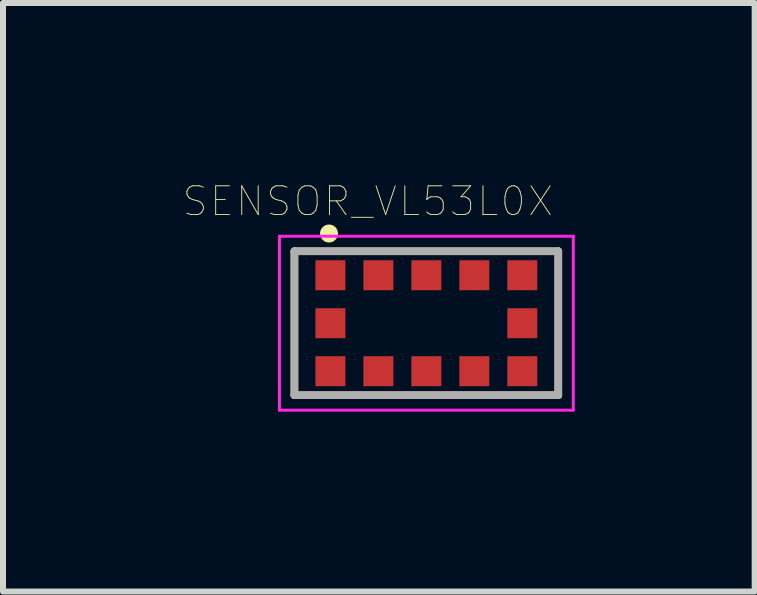
<source format=kicad_pcb>
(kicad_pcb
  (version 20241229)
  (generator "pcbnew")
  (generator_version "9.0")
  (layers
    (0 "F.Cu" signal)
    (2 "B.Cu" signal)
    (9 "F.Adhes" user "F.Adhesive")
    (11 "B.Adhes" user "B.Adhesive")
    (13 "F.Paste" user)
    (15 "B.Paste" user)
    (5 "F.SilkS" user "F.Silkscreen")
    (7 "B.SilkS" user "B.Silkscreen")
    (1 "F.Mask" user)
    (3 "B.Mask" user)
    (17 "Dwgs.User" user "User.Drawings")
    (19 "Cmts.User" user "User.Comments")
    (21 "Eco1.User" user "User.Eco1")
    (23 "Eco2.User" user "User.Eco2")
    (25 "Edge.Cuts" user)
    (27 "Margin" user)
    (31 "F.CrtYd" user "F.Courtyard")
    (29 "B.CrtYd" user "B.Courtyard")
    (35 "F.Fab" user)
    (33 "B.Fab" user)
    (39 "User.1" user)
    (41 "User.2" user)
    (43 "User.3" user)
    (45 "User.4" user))
  (footprint "SENSOR_VL53L0X"
    (layer "F.Cu")
    (at 4.06 2.34)
    (property "Reference" "SENSOR_VL53L0X" (at -0.976 -2.033 0) (layer "F.SilkS") (effects (font (size 0.48 0.48) (thickness 0.015))))
    (attr through_hole)
    (fp_line (start -2.2 -1.2) (end -2.2 1.2) (stroke (width 0.127) (type solid)) (layer "F.SilkS"))
    (fp_line (start -2.2 1.2) (end 2.2 1.2) (stroke (width 0.127) (type solid)) (layer "F.SilkS"))
    (fp_line (start 2.2 -1.2) (end -2.2 -1.2) (stroke (width 0.127) (type solid)) (layer "F.SilkS"))
    (fp_line (start 2.2 1.2) (end 2.2 -1.2) (stroke (width 0.127) (type solid)) (layer "F.SilkS"))
    (fp_circle (center -1.623 -1.496) (end -1.548 -1.496) (stroke (width 0.15) (type solid)) (fill no) (layer "F.SilkS"))
    (fp_line (start -2.45 -1.45) (end -2.45 1.45) (stroke (width 0.05) (type solid)) (layer "F.CrtYd"))
    (fp_line (start -2.45 1.45) (end 2.45 1.45) (stroke (width 0.05) (type solid)) (layer "F.CrtYd"))
    (fp_line (start 2.45 -1.45) (end -2.45 -1.45) (stroke (width 0.05) (type solid)) (layer "F.CrtYd"))
    (fp_line (start 2.45 1.45) (end 2.45 -1.45) (stroke (width 0.05) (type solid)) (layer "F.CrtYd"))
    (fp_line (start -2.2 -1.2) (end -2.2 1.2) (stroke (width 0.127) (type solid)) (layer "F.Fab"))
    (fp_line (start -2.2 1.2) (end 2.2 1.2) (stroke (width 0.127) (type solid)) (layer "F.Fab"))
    (fp_line (start 2.2 -1.2) (end -2.2 -1.2) (stroke (width 0.127) (type solid)) (layer "F.Fab"))
    (fp_line (start 2.2 1.2) (end 2.2 -1.2) (stroke (width 0.127) (type solid)) (layer "F.Fab"))
    (pad "1" smd rect (at -1.6 -0.8) (size 0.5 0.5) (layers "F.Cu" "F.Mask" "F.Paste"))
    (pad "2" smd rect (at -0.8 -0.8) (size 0.5 0.5) (layers "F.Cu" "F.Mask" "F.Paste"))
    (pad "3" smd rect (at 0 -0.8) (size 0.5 0.5) (layers "F.Cu" "F.Mask" "F.Paste"))
    (pad "4" smd rect (at 0.8 -0.8) (size 0.5 0.5) (layers "F.Cu" "F.Mask" "F.Paste"))
    (pad "5" smd rect (at 1.6 -0.8) (size 0.5 0.5) (layers "F.Cu" "F.Mask" "F.Paste"))
    (pad "6" smd rect (at 1.6 0) (size 0.5 0.5) (layers "F.Cu" "F.Mask" "F.Paste"))
    (pad "7" smd rect (at 1.6 0.8) (size 0.5 0.5) (layers "F.Cu" "F.Mask" "F.Paste"))
    (pad "8" smd rect (at 0.8 0.8) (size 0.5 0.5) (layers "F.Cu" "F.Mask" "F.Paste"))
    (pad "9" smd rect (at 0 0.8) (size 0.5 0.5) (layers "F.Cu" "F.Mask" "F.Paste"))
    (pad "10" smd rect (at -0.8 0.8) (size 0.5 0.5) (layers "F.Cu" "F.Mask" "F.Paste"))
    (pad "11" smd rect (at -1.6 0.8) (size 0.5 0.5) (layers "F.Cu" "F.Mask" "F.Paste"))
    (pad "12" smd rect (at -1.6 0) (size 0.5 0.5) (layers "F.Cu" "F.Mask" "F.Paste")))
  (gr_rect
    (start -3 -3)
    (end 9.535 6.815)
    (stroke (width 0.1) (type default))
    (fill no)
    (layer "Edge.Cuts")))
</source>
